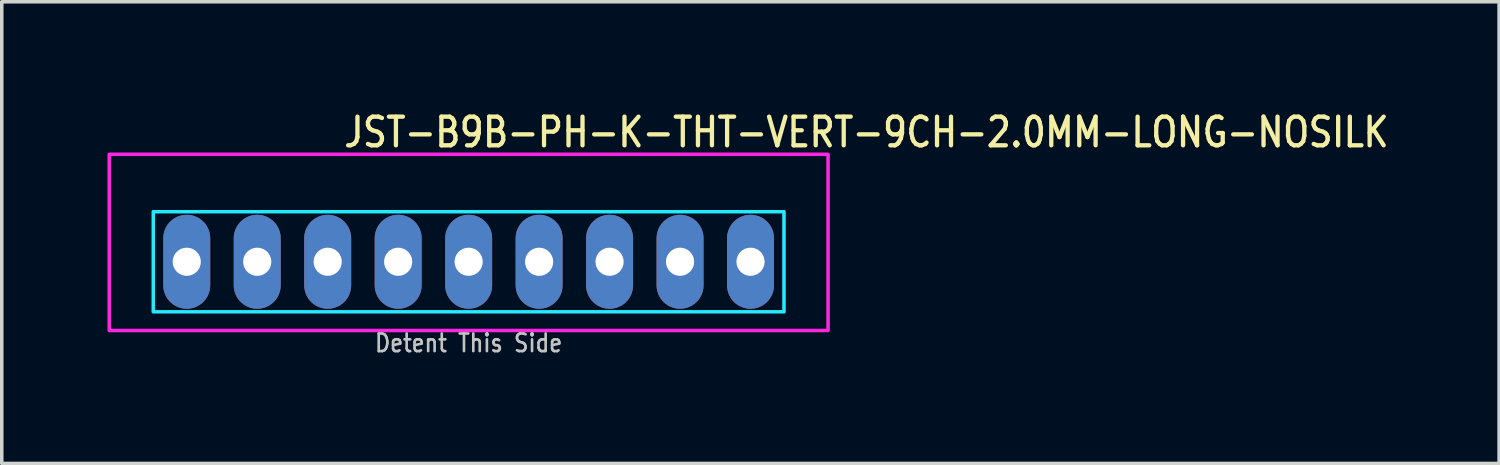
<source format=kicad_pcb>
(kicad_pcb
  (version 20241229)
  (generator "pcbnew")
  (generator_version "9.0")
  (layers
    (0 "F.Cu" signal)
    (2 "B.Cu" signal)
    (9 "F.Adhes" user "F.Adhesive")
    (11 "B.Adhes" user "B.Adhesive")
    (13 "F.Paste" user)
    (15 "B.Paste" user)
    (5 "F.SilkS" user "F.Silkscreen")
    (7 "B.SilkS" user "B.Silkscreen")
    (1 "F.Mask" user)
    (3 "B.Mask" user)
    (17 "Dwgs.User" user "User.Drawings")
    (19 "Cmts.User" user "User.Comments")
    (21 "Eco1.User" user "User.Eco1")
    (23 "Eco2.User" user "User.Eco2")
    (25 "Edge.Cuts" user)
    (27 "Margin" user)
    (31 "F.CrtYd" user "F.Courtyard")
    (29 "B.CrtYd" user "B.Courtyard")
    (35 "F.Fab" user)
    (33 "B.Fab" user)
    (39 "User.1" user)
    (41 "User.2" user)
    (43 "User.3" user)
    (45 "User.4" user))
  (footprint "JST-B9B-PH-K-THT-VERT-9CH-2.0MM-LONG-NOSILK"
    (layer "F.Cu")
    (at 10.25 4.379)
    (property "Reference" "JST-B9B-PH-K-THT-VERT-9CH-2.0MM-LONG-NOSILK" (at -3.6 -3.2 0) (unlocked yes) (layer "F.SilkS") (effects (font (size 0.813 0.695) (thickness 0.122)) (justify left bottom)))
    (fp_poly (pts (xy -8.95 -1.42) (xy -8.95 1.42) (xy 8.95 1.42) (xy 8.95 -1.42)) (stroke (width 0.1) (type solid)) (fill no) (layer "B.CrtYd"))
    (fp_poly (pts (xy -10.2 1.95) (xy -10.2 -3.05) (xy 10.2 -3.05) (xy 10.2 1.95)) (stroke (width 0.1) (type solid)) (fill no) (layer "F.CrtYd"))
    (fp_text user "Detent This Side" (at 0 2.6 0) (unlocked yes) (layer "Dwgs.User") (effects (font (size 0.5 0.427) (thickness 0.075)) (justify bottom)))
    (pad "P$1" thru_hole oval (at 8 0 90) (size 2.667 1.333) (drill 0.8) (layers "*.Cu" "*.Mask"))
    (pad "P$2" thru_hole oval (at 6 0 90) (size 2.667 1.333) (drill 0.8) (layers "*.Cu" "*.Mask"))
    (pad "P$3" thru_hole oval (at 4 0 90) (size 2.667 1.333) (drill 0.8) (layers "*.Cu" "*.Mask"))
    (pad "P$4" thru_hole oval (at 2 0 90) (size 2.667 1.333) (drill 0.8) (layers "*.Cu" "*.Mask"))
    (pad "P$5" thru_hole oval (at 0 0 90) (size 2.667 1.333) (drill 0.8) (layers "*.Cu" "*.Mask"))
    (pad "P$6" thru_hole oval (at -2 0 90) (size 2.667 1.333) (drill 0.8) (layers "*.Cu" "*.Mask"))
    (pad "P$7" thru_hole oval (at -4 0 90) (size 2.667 1.333) (drill 0.8) (layers "*.Cu" "*.Mask"))
    (pad "P$8" thru_hole oval (at -6 0 90) (size 2.667 1.333) (drill 0.8) (layers "*.Cu" "*.Mask"))
    (pad "P$9" thru_hole oval (at -8 0 90) (size 2.667 1.333) (drill 0.8) (layers "*.Cu" "*.Mask")))
  (gr_rect
    (start -3 -3)
    (end 39.495 10.102)
    (stroke (width 0.1) (type default))
    (fill no)
    (layer "Edge.Cuts")))
</source>
